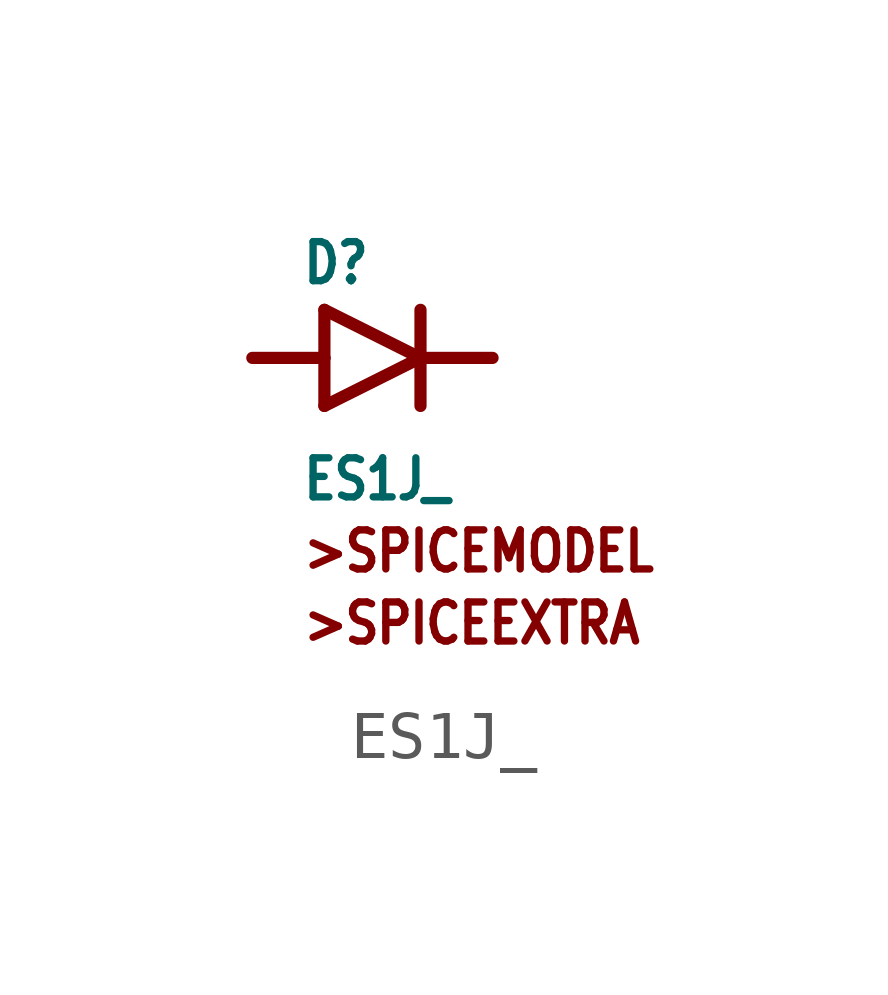
<source format=kicad_sym>
(kicad_symbol_lib
  (version 20211014)
  (generator kicad_symbol_editor)
  (symbol "ES1J_"
    (property "Reference" "D"
      (at -1.5 1.5 0)
      (effects (font (size 0.813 0.691)) (justify left bottom)))
    (property "Value" "ES1J_"
      (at -1.5 -3 0)
      (effects (font (size 0.813 0.691)) (justify left bottom)))
    (property "ki_locked" ""
      (at 0 0 0)
      (effects (font (size 1.27 1.27))))
    (symbol "ES1J__1_0"
      (polyline (pts (xy -1 0) (xy -2.5 0)) (stroke (width 0.254) (type default) (color 0 0 0 0)) (fill (type none)))
      (polyline (pts (xy -1 0) (xy -1 -1)) (stroke (width 0.254) (type default) (color 0 0 0 0)) (fill (type none)))
      (polyline (pts (xy -1 1) (xy -1 0)) (stroke (width 0.254) (type default) (color 0 0 0 0)) (fill (type none)))
      (polyline (pts (xy 1 0) (xy -1 -1)) (stroke (width 0.254) (type default) (color 0 0 0 0)) (fill (type none)))
      (polyline (pts (xy 1 0) (xy -1 1)) (stroke (width 0.254) (type default) (color 0 0 0 0)) (fill (type none)))
      (polyline (pts (xy 1 0) (xy 1 -1)) (stroke (width 0.254) (type default) (color 0 0 0 0)) (fill (type none)))
      (polyline (pts (xy 1 1) (xy 1 0)) (stroke (width 0.254) (type default) (color 0 0 0 0)) (fill (type none)))
      (polyline (pts (xy 2.5 0) (xy 1 0)) (stroke (width 0.254) (type default) (color 0 0 0 0)) (fill (type none)))
      (text ">SPICEEXTRA" (at -1.5 -6 0) (effects (font (size 0.813 0.691)) (justify left bottom)))
      (text ">SPICEMODEL" (at -1.5 -4.5 0) (effects (font (size 0.813 0.691)) (justify left bottom)))
      (pin bidirectional line (at -2.5 0 90) (length 0) (name "A" (effects (font (size 0 0)))) (number "A" (effects (font (size 0 0)))))
      (pin bidirectional line (at 2.5 0 90) (length 0) (name "C" (effects (font (size 0 0)))) (number "C" (effects (font (size 0 0))))))))
</source>
